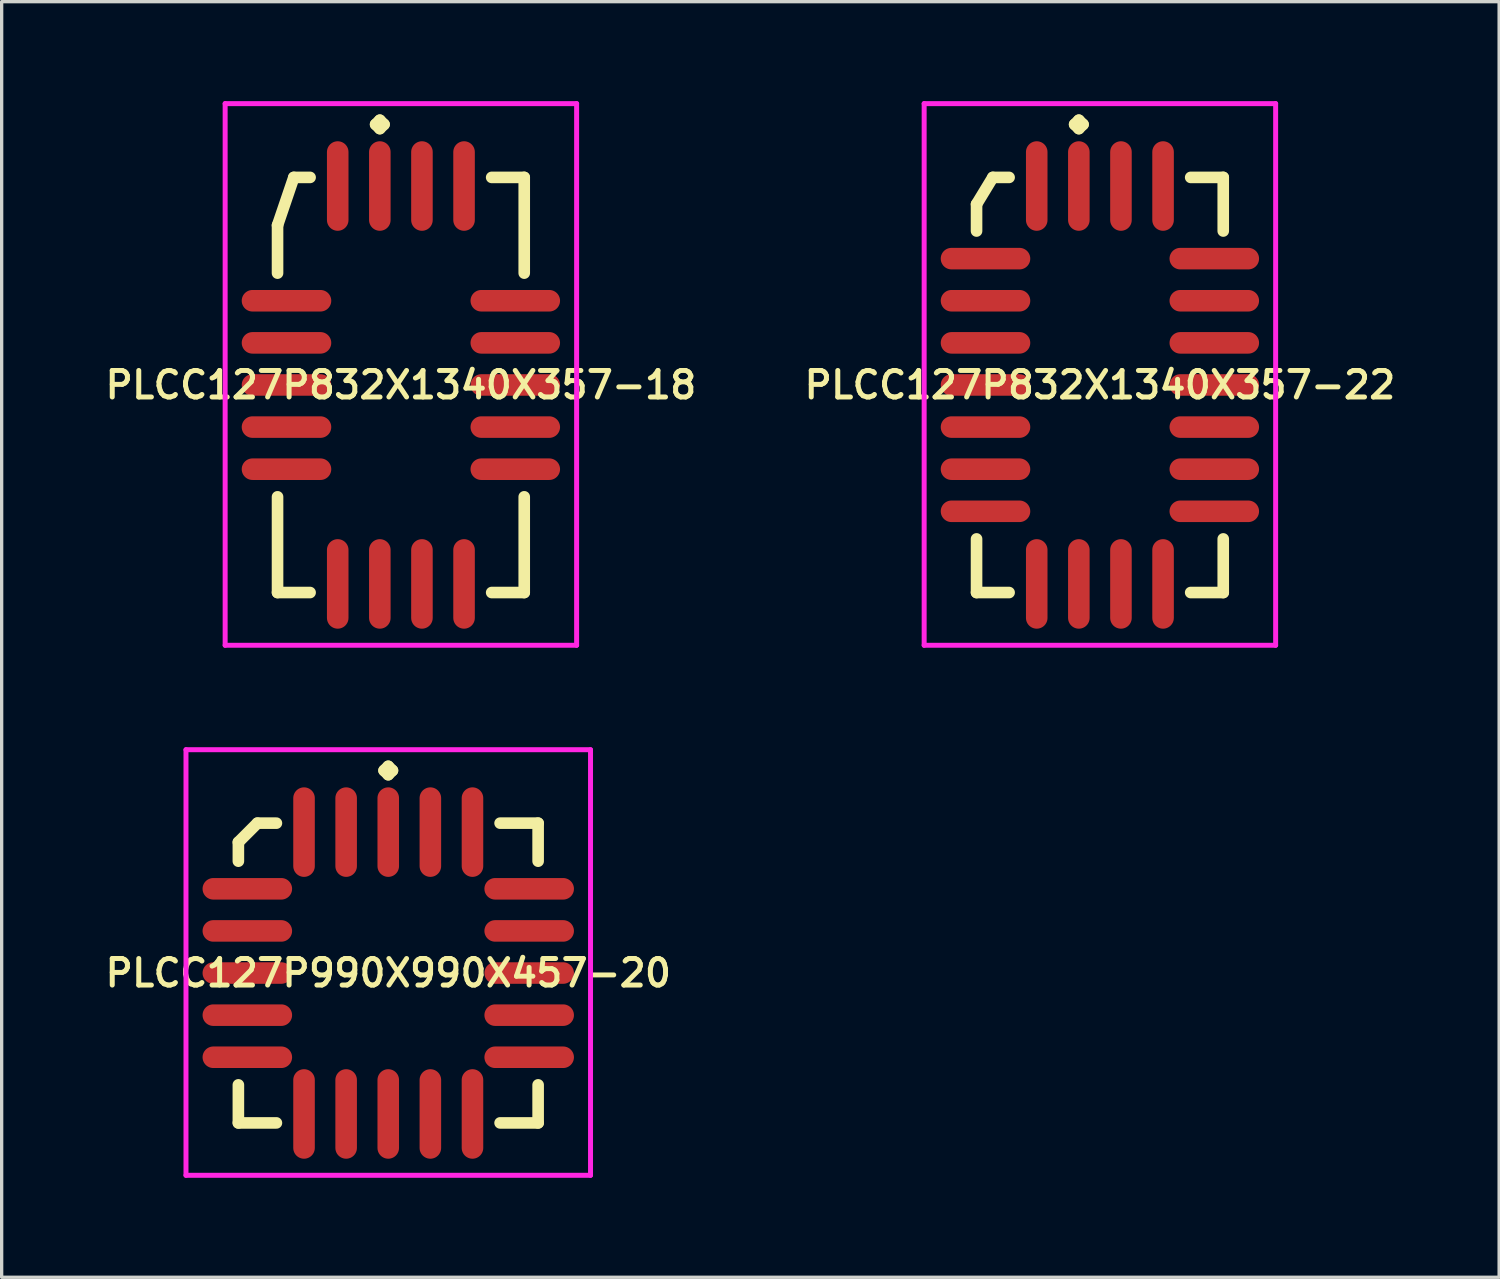
<source format=kicad_pcb>
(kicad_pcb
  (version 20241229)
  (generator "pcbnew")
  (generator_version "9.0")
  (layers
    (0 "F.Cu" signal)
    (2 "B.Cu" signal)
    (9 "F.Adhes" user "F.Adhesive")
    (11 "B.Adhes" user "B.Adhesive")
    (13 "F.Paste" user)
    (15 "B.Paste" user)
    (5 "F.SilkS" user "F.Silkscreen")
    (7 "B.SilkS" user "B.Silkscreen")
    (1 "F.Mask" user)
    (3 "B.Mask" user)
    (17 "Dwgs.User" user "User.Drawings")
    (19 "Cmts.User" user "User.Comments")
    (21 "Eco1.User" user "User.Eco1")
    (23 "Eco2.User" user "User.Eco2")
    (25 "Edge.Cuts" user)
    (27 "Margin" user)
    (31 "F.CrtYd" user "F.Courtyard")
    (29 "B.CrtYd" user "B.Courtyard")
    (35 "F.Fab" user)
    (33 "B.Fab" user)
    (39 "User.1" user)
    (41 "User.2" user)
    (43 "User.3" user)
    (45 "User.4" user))
  (footprint "PLCC127P832X1340X357-18"
    (layer "F.Cu")
    (at 9.04 8.56)
    (property "Reference" "PLCC127P832X1340X357-18" (at 0 0 0) (layer "F.SilkS") (effects (font (size 0.8 0.8) (thickness 0.15))))
    (attr smd)
    (fp_line (start -3.72 -4.816) (end -3.229 -6.26) (stroke (width 0.35) (type solid)) (layer "F.SilkS"))
    (fp_line (start -3.72 -3.373) (end -3.72 -4.816) (stroke (width 0.35) (type solid)) (layer "F.SilkS"))
    (fp_line (start -3.72 3.373) (end -3.72 6.26) (stroke (width 0.35) (type solid)) (layer "F.SilkS"))
    (fp_line (start -3.72 6.26) (end -2.738 6.26) (stroke (width 0.35) (type solid)) (layer "F.SilkS"))
    (fp_line (start -3.229 -6.26) (end -2.738 -6.26) (stroke (width 0.35) (type solid)) (layer "F.SilkS"))
    (fp_line (start -0.762 -7.858) (end -0.635 -7.985) (stroke (width 0.35) (type solid)) (layer "F.SilkS"))
    (fp_line (start -0.635 -7.985) (end -0.508 -7.858) (stroke (width 0.35) (type solid)) (layer "F.SilkS"))
    (fp_line (start -0.635 -7.731) (end -0.762 -7.858) (stroke (width 0.35) (type solid)) (layer "F.SilkS"))
    (fp_line (start -0.508 -7.858) (end -0.635 -7.731) (stroke (width 0.35) (type solid)) (layer "F.SilkS"))
    (fp_line (start 3.72 -6.26) (end 2.738 -6.26) (stroke (width 0.35) (type solid)) (layer "F.SilkS"))
    (fp_line (start 3.72 -3.373) (end 3.72 -6.26) (stroke (width 0.35) (type solid)) (layer "F.SilkS"))
    (fp_line (start 3.72 3.373) (end 3.72 6.26) (stroke (width 0.35) (type solid)) (layer "F.SilkS"))
    (fp_line (start 3.72 6.26) (end 2.738 6.26) (stroke (width 0.35) (type solid)) (layer "F.SilkS"))
    (fp_line (start -5.3 -8.485) (end 5.3 -8.485) (stroke (width 0.15) (type solid)) (layer "F.CrtYd"))
    (fp_line (start -5.3 7.85) (end -5.3 -8.485) (stroke (width 0.15) (type solid)) (layer "F.CrtYd"))
    (fp_line (start 5.3 -8.485) (end 5.3 7.85) (stroke (width 0.15) (type solid)) (layer "F.CrtYd"))
    (fp_line (start 5.3 7.85) (end -5.3 7.85) (stroke (width 0.15) (type solid)) (layer "F.CrtYd"))
    (pad "1" smd oval (at -0.635 -6) (size 0.65 2.7) (layers "F.Cu" "F.Mask" "F.Paste"))
    (pad "2" smd oval (at -1.905 -6) (size 0.65 2.7) (layers "F.Cu" "F.Mask" "F.Paste"))
    (pad "3" smd oval (at -3.45 -2.54) (size 2.7 0.65) (layers "F.Cu" "F.Mask" "F.Paste"))
    (pad "4" smd oval (at -3.45 -1.27) (size 2.7 0.65) (layers "F.Cu" "F.Mask" "F.Paste"))
    (pad "5" smd oval (at -3.45 0) (size 2.7 0.65) (layers "F.Cu" "F.Mask" "F.Paste"))
    (pad "6" smd oval (at -3.45 1.27) (size 2.7 0.65) (layers "F.Cu" "F.Mask" "F.Paste"))
    (pad "7" smd oval (at -3.45 2.54) (size 2.7 0.65) (layers "F.Cu" "F.Mask" "F.Paste"))
    (pad "8" smd oval (at -1.905 6) (size 0.65 2.7) (layers "F.Cu" "F.Mask" "F.Paste"))
    (pad "9" smd oval (at -0.635 6) (size 0.65 2.7) (layers "F.Cu" "F.Mask" "F.Paste"))
    (pad "10" smd oval (at 0.635 6) (size 0.65 2.7) (layers "F.Cu" "F.Mask" "F.Paste"))
    (pad "11" smd oval (at 1.905 6) (size 0.65 2.7) (layers "F.Cu" "F.Mask" "F.Paste"))
    (pad "12" smd oval (at 3.45 2.54) (size 2.7 0.65) (layers "F.Cu" "F.Mask" "F.Paste"))
    (pad "13" smd oval (at 3.45 1.27) (size 2.7 0.65) (layers "F.Cu" "F.Mask" "F.Paste"))
    (pad "14" smd oval (at 3.45 0) (size 2.7 0.65) (layers "F.Cu" "F.Mask" "F.Paste"))
    (pad "15" smd oval (at 3.45 -1.27) (size 2.7 0.65) (layers "F.Cu" "F.Mask" "F.Paste"))
    (pad "16" smd oval (at 3.45 -2.54) (size 2.7 0.65) (layers "F.Cu" "F.Mask" "F.Paste"))
    (pad "17" smd oval (at 1.905 -6) (size 0.65 2.7) (layers "F.Cu" "F.Mask" "F.Paste"))
    (pad "18" smd oval (at 0.635 -6) (size 0.65 2.7) (layers "F.Cu" "F.Mask" "F.Paste")))
  (footprint "PLCC127P990X990X457-20"
    (layer "F.Cu")
    (at 8.659 26.295)
    (property "Reference" "PLCC127P990X990X457-20" (at 0 0 0) (layer "F.SilkS") (effects (font (size 0.8 0.8) (thickness 0.15))))
    (attr smd)
    (fp_line (start -4.52 -3.946) (end -3.946 -4.52) (stroke (width 0.35) (type solid)) (layer "F.SilkS"))
    (fp_line (start -4.52 -3.373) (end -4.52 -3.946) (stroke (width 0.35) (type solid)) (layer "F.SilkS"))
    (fp_line (start -4.52 3.373) (end -4.52 4.52) (stroke (width 0.35) (type solid)) (layer "F.SilkS"))
    (fp_line (start -4.52 4.52) (end -3.373 4.52) (stroke (width 0.35) (type solid)) (layer "F.SilkS"))
    (fp_line (start -3.946 -4.52) (end -3.373 -4.52) (stroke (width 0.35) (type solid)) (layer "F.SilkS"))
    (fp_line (start -0.127 -6.108) (end 0 -6.235) (stroke (width 0.35) (type solid)) (layer "F.SilkS"))
    (fp_line (start 0 -6.235) (end 0.127 -6.108) (stroke (width 0.35) (type solid)) (layer "F.SilkS"))
    (fp_line (start 0 -5.981) (end -0.127 -6.108) (stroke (width 0.35) (type solid)) (layer "F.SilkS"))
    (fp_line (start 0.127 -6.108) (end 0 -5.981) (stroke (width 0.35) (type solid)) (layer "F.SilkS"))
    (fp_line (start 4.52 -4.52) (end 3.373 -4.52) (stroke (width 0.35) (type solid)) (layer "F.SilkS"))
    (fp_line (start 4.52 -3.373) (end 4.52 -4.52) (stroke (width 0.35) (type solid)) (layer "F.SilkS"))
    (fp_line (start 4.52 3.373) (end 4.52 4.52) (stroke (width 0.35) (type solid)) (layer "F.SilkS"))
    (fp_line (start 4.52 4.52) (end 3.373 4.52) (stroke (width 0.35) (type solid)) (layer "F.SilkS"))
    (fp_line (start -6.1 -6.735) (end 6.1 -6.735) (stroke (width 0.15) (type solid)) (layer "F.CrtYd"))
    (fp_line (start -6.1 6.1) (end -6.1 -6.735) (stroke (width 0.15) (type solid)) (layer "F.CrtYd"))
    (fp_line (start 6.1 -6.735) (end 6.1 6.1) (stroke (width 0.15) (type solid)) (layer "F.CrtYd"))
    (fp_line (start 6.1 6.1) (end -6.1 6.1) (stroke (width 0.15) (type solid)) (layer "F.CrtYd"))
    (pad "1" smd oval (at 0 -4.25) (size 0.65 2.7) (layers "F.Cu" "F.Mask" "F.Paste"))
    (pad "2" smd oval (at -1.27 -4.25) (size 0.65 2.7) (layers "F.Cu" "F.Mask" "F.Paste"))
    (pad "3" smd oval (at -2.54 -4.25) (size 0.65 2.7) (layers "F.Cu" "F.Mask" "F.Paste"))
    (pad "4" smd oval (at -4.25 -2.54) (size 2.7 0.65) (layers "F.Cu" "F.Mask" "F.Paste"))
    (pad "5" smd oval (at -4.25 -1.27) (size 2.7 0.65) (layers "F.Cu" "F.Mask" "F.Paste"))
    (pad "6" smd oval (at -4.25 0) (size 2.7 0.65) (layers "F.Cu" "F.Mask" "F.Paste"))
    (pad "7" smd oval (at -4.25 1.27) (size 2.7 0.65) (layers "F.Cu" "F.Mask" "F.Paste"))
    (pad "8" smd oval (at -4.25 2.54) (size 2.7 0.65) (layers "F.Cu" "F.Mask" "F.Paste"))
    (pad "9" smd oval (at -2.54 4.25) (size 0.65 2.7) (layers "F.Cu" "F.Mask" "F.Paste"))
    (pad "10" smd oval (at -1.27 4.25) (size 0.65 2.7) (layers "F.Cu" "F.Mask" "F.Paste"))
    (pad "11" smd oval (at 0 4.25) (size 0.65 2.7) (layers "F.Cu" "F.Mask" "F.Paste"))
    (pad "12" smd oval (at 1.27 4.25) (size 0.65 2.7) (layers "F.Cu" "F.Mask" "F.Paste"))
    (pad "13" smd oval (at 2.54 4.25) (size 0.65 2.7) (layers "F.Cu" "F.Mask" "F.Paste"))
    (pad "14" smd oval (at 4.25 2.54) (size 2.7 0.65) (layers "F.Cu" "F.Mask" "F.Paste"))
    (pad "15" smd oval (at 4.25 1.27) (size 2.7 0.65) (layers "F.Cu" "F.Mask" "F.Paste"))
    (pad "16" smd oval (at 4.25 0) (size 2.7 0.65) (layers "F.Cu" "F.Mask" "F.Paste"))
    (pad "17" smd oval (at 4.25 -1.27) (size 2.7 0.65) (layers "F.Cu" "F.Mask" "F.Paste"))
    (pad "18" smd oval (at 4.25 -2.54) (size 2.7 0.65) (layers "F.Cu" "F.Mask" "F.Paste"))
    (pad "19" smd oval (at 2.54 -4.25) (size 0.65 2.7) (layers "F.Cu" "F.Mask" "F.Paste"))
    (pad "20" smd oval (at 1.27 -4.25) (size 0.65 2.7) (layers "F.Cu" "F.Mask" "F.Paste")))
  (footprint "PLCC127P832X1340X357-22"
    (layer "F.Cu")
    (at 30.121 8.56)
    (property "Reference" "PLCC127P832X1340X357-22" (at 0 0 0) (layer "F.SilkS") (effects (font (size 0.8 0.8) (thickness 0.15))))
    (attr smd)
    (fp_line (start -3.72 -5.452) (end -3.229 -6.26) (stroke (width 0.35) (type solid)) (layer "F.SilkS"))
    (fp_line (start -3.72 -4.643) (end -3.72 -5.452) (stroke (width 0.35) (type solid)) (layer "F.SilkS"))
    (fp_line (start -3.72 4.643) (end -3.72 6.26) (stroke (width 0.35) (type solid)) (layer "F.SilkS"))
    (fp_line (start -3.72 6.26) (end -2.738 6.26) (stroke (width 0.35) (type solid)) (layer "F.SilkS"))
    (fp_line (start -3.229 -6.26) (end -2.738 -6.26) (stroke (width 0.35) (type solid)) (layer "F.SilkS"))
    (fp_line (start -0.762 -7.858) (end -0.635 -7.985) (stroke (width 0.35) (type solid)) (layer "F.SilkS"))
    (fp_line (start -0.635 -7.985) (end -0.508 -7.858) (stroke (width 0.35) (type solid)) (layer "F.SilkS"))
    (fp_line (start -0.635 -7.731) (end -0.762 -7.858) (stroke (width 0.35) (type solid)) (layer "F.SilkS"))
    (fp_line (start -0.508 -7.858) (end -0.635 -7.731) (stroke (width 0.35) (type solid)) (layer "F.SilkS"))
    (fp_line (start 3.72 -6.26) (end 2.738 -6.26) (stroke (width 0.35) (type solid)) (layer "F.SilkS"))
    (fp_line (start 3.72 -4.643) (end 3.72 -6.26) (stroke (width 0.35) (type solid)) (layer "F.SilkS"))
    (fp_line (start 3.72 4.643) (end 3.72 6.26) (stroke (width 0.35) (type solid)) (layer "F.SilkS"))
    (fp_line (start 3.72 6.26) (end 2.738 6.26) (stroke (width 0.35) (type solid)) (layer "F.SilkS"))
    (fp_line (start -5.3 -8.485) (end 5.3 -8.485) (stroke (width 0.15) (type solid)) (layer "F.CrtYd"))
    (fp_line (start -5.3 7.85) (end -5.3 -8.485) (stroke (width 0.15) (type solid)) (layer "F.CrtYd"))
    (fp_line (start 5.3 -8.485) (end 5.3 7.85) (stroke (width 0.15) (type solid)) (layer "F.CrtYd"))
    (fp_line (start 5.3 7.85) (end -5.3 7.85) (stroke (width 0.15) (type solid)) (layer "F.CrtYd"))
    (pad "1" smd oval (at -0.635 -6) (size 0.65 2.7) (layers "F.Cu" "F.Mask" "F.Paste"))
    (pad "2" smd oval (at -1.905 -6) (size 0.65 2.7) (layers "F.Cu" "F.Mask" "F.Paste"))
    (pad "3" smd oval (at -3.45 -3.81) (size 2.7 0.65) (layers "F.Cu" "F.Mask" "F.Paste"))
    (pad "4" smd oval (at -3.45 -2.54) (size 2.7 0.65) (layers "F.Cu" "F.Mask" "F.Paste"))
    (pad "5" smd oval (at -3.45 -1.27) (size 2.7 0.65) (layers "F.Cu" "F.Mask" "F.Paste"))
    (pad "6" smd oval (at -3.45 0) (size 2.7 0.65) (layers "F.Cu" "F.Mask" "F.Paste"))
    (pad "7" smd oval (at -3.45 1.27) (size 2.7 0.65) (layers "F.Cu" "F.Mask" "F.Paste"))
    (pad "8" smd oval (at -3.45 2.54) (size 2.7 0.65) (layers "F.Cu" "F.Mask" "F.Paste"))
    (pad "9" smd oval (at -3.45 3.81) (size 2.7 0.65) (layers "F.Cu" "F.Mask" "F.Paste"))
    (pad "10" smd oval (at -1.905 6) (size 0.65 2.7) (layers "F.Cu" "F.Mask" "F.Paste"))
    (pad "11" smd oval (at -0.635 6) (size 0.65 2.7) (layers "F.Cu" "F.Mask" "F.Paste"))
    (pad "12" smd oval (at 0.635 6) (size 0.65 2.7) (layers "F.Cu" "F.Mask" "F.Paste"))
    (pad "13" smd oval (at 1.905 6) (size 0.65 2.7) (layers "F.Cu" "F.Mask" "F.Paste"))
    (pad "14" smd oval (at 3.45 3.81) (size 2.7 0.65) (layers "F.Cu" "F.Mask" "F.Paste"))
    (pad "15" smd oval (at 3.45 2.54) (size 2.7 0.65) (layers "F.Cu" "F.Mask" "F.Paste"))
    (pad "16" smd oval (at 3.45 1.27) (size 2.7 0.65) (layers "F.Cu" "F.Mask" "F.Paste"))
    (pad "17" smd oval (at 3.45 0) (size 2.7 0.65) (layers "F.Cu" "F.Mask" "F.Paste"))
    (pad "18" smd oval (at 3.45 -1.27) (size 2.7 0.65) (layers "F.Cu" "F.Mask" "F.Paste"))
    (pad "19" smd oval (at 3.45 -2.54) (size 2.7 0.65) (layers "F.Cu" "F.Mask" "F.Paste"))
    (pad "20" smd oval (at 3.45 -3.81) (size 2.7 0.65) (layers "F.Cu" "F.Mask" "F.Paste"))
    (pad "21" smd oval (at 1.905 -6) (size 0.65 2.7) (layers "F.Cu" "F.Mask" "F.Paste"))
    (pad "22" smd oval (at 0.635 -6) (size 0.65 2.7) (layers "F.Cu" "F.Mask" "F.Paste")))
  (gr_rect
    (start -3 -3)
    (end 42.161 35.47)
    (stroke (width 0.1) (type default))
    (fill no)
    (layer "Edge.Cuts")))
</source>
